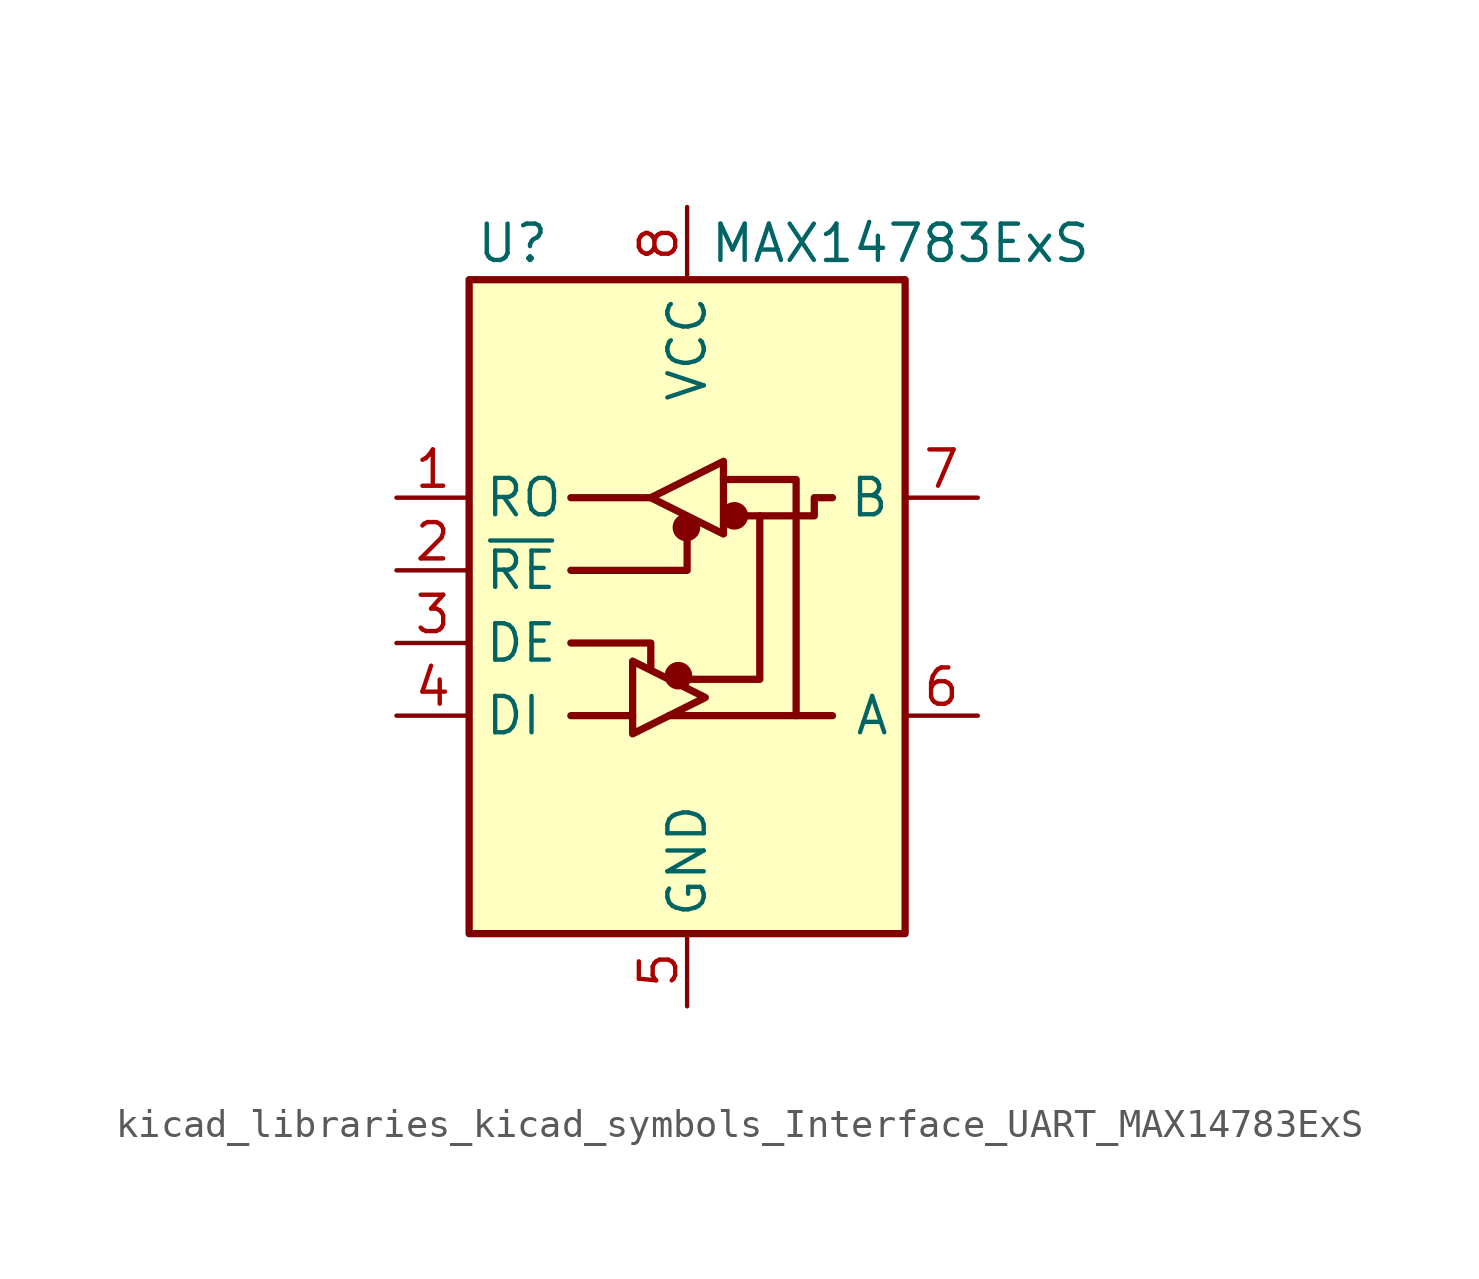
<source format=kicad_sym>
(kicad_symbol_lib
  (version 20220914)
  (generator kicad_symbol_editor)
  (symbol "kicad_libraries_kicad_symbols_Interface_UART_MAX14783ExS"
    (property "Reference" "U"
      (at -6.096 11.43 0)
      (effects (font (size 1.27 1.27))))
    (property "Value" "MAX14783ExS"
      (at 0.762 11.43 0)
      (effects (font (size 1.27 1.27)) (justify left)))
    (symbol "kicad_libraries_kicad_symbols_Interface_UART_MAX14783ExS_0_1"
      (rectangle (start -7.62 10.16) (end 7.62 -12.7) (stroke (width 0.254) (type default)) (fill (type background)))
      (circle (center -0.305 -3.683) (radius 0.356) (stroke (width 0.254) (type default)) (fill (type outline)))
      (circle (center -0.025 1.499) (radius 0.356) (stroke (width 0.254) (type default)) (fill (type outline)))
      (polyline (pts (xy -4.064 -5.08) (xy -1.905 -5.08)) (stroke (width 0.254) (type default)) (fill (type none)))
      (polyline (pts (xy -4.064 2.54) (xy -1.27 2.54)) (stroke (width 0.254) (type default)) (fill (type none)))
      (polyline (pts (xy -1.27 -3.2) (xy -1.27 -3.454)) (stroke (width 0.254) (type default)) (fill (type none)))
      (polyline (pts (xy -0.635 -5.08) (xy 5.08 -5.08)) (stroke (width 0.254) (type default)) (fill (type none)))
      (polyline (pts (xy -4.064 -2.54) (xy -1.27 -2.54) (xy -1.27 -3.175)) (stroke (width 0.254) (type default)) (fill (type none)))
      (polyline (pts (xy 0 1.27) (xy 0 0) (xy -4.064 0)) (stroke (width 0.254) (type default)) (fill (type none)))
      (polyline (pts (xy 1.27 3.175) (xy 3.81 3.175) (xy 3.81 -5.08)) (stroke (width 0.254) (type default)) (fill (type none)))
      (polyline (pts (xy 2.54 1.905) (xy 2.54 -3.81) (xy 0 -3.81)) (stroke (width 0.254) (type default)) (fill (type none)))
      (polyline (pts (xy -1.905 -3.175) (xy -1.905 -5.715) (xy 0.635 -4.445) (xy -1.905 -3.175)) (stroke (width 0.254) (type default)) (fill (type none)))
      (polyline (pts (xy -1.27 2.54) (xy 1.27 3.81) (xy 1.27 1.27) (xy -1.27 2.54)) (stroke (width 0.254) (type default)) (fill (type none)))
      (polyline (pts (xy 1.905 1.905) (xy 4.445 1.905) (xy 4.445 2.54) (xy 5.08 2.54)) (stroke (width 0.254) (type default)) (fill (type none)))
      (rectangle (start 1.27 3.175) (end 1.27 3.175) (stroke (width 0) (type default)) (fill (type none)))
      (circle (center 1.651 1.905) (radius 0.356) (stroke (width 0.254) (type default)) (fill (type outline))))
    (symbol "kicad_libraries_kicad_symbols_Interface_UART_MAX14783ExS_1_1"
      (pin output line (at -10.16 2.54 0) (length 2.54) (name "RO" (effects (font (size 1.27 1.27)))) (number "1" (effects (font (size 1.27 1.27)))))
      (pin input line (at -10.16 0 0) (length 2.54) (name "~{RE}" (effects (font (size 1.27 1.27)))) (number "2" (effects (font (size 1.27 1.27)))))
      (pin input line (at -10.16 -2.54 0) (length 2.54) (name "DE" (effects (font (size 1.27 1.27)))) (number "3" (effects (font (size 1.27 1.27)))))
      (pin input line (at -10.16 -5.08 0) (length 2.54) (name "DI" (effects (font (size 1.27 1.27)))) (number "4" (effects (font (size 1.27 1.27)))))
      (pin power_in line (at 0 -15.24 90) (length 2.54) (name "GND" (effects (font (size 1.27 1.27)))) (number "5" (effects (font (size 1.27 1.27)))))
      (pin bidirectional line (at 10.16 -5.08 180) (length 2.54) (name "A" (effects (font (size 1.27 1.27)))) (number "6" (effects (font (size 1.27 1.27)))))
      (pin bidirectional line (at 10.16 2.54 180) (length 2.54) (name "B" (effects (font (size 1.27 1.27)))) (number "7" (effects (font (size 1.27 1.27)))))
      (pin power_in line (at 0 12.7 270) (length 2.54) (name "VCC" (effects (font (size 1.27 1.27)))) (number "8" (effects (font (size 1.27 1.27))))))))
</source>
